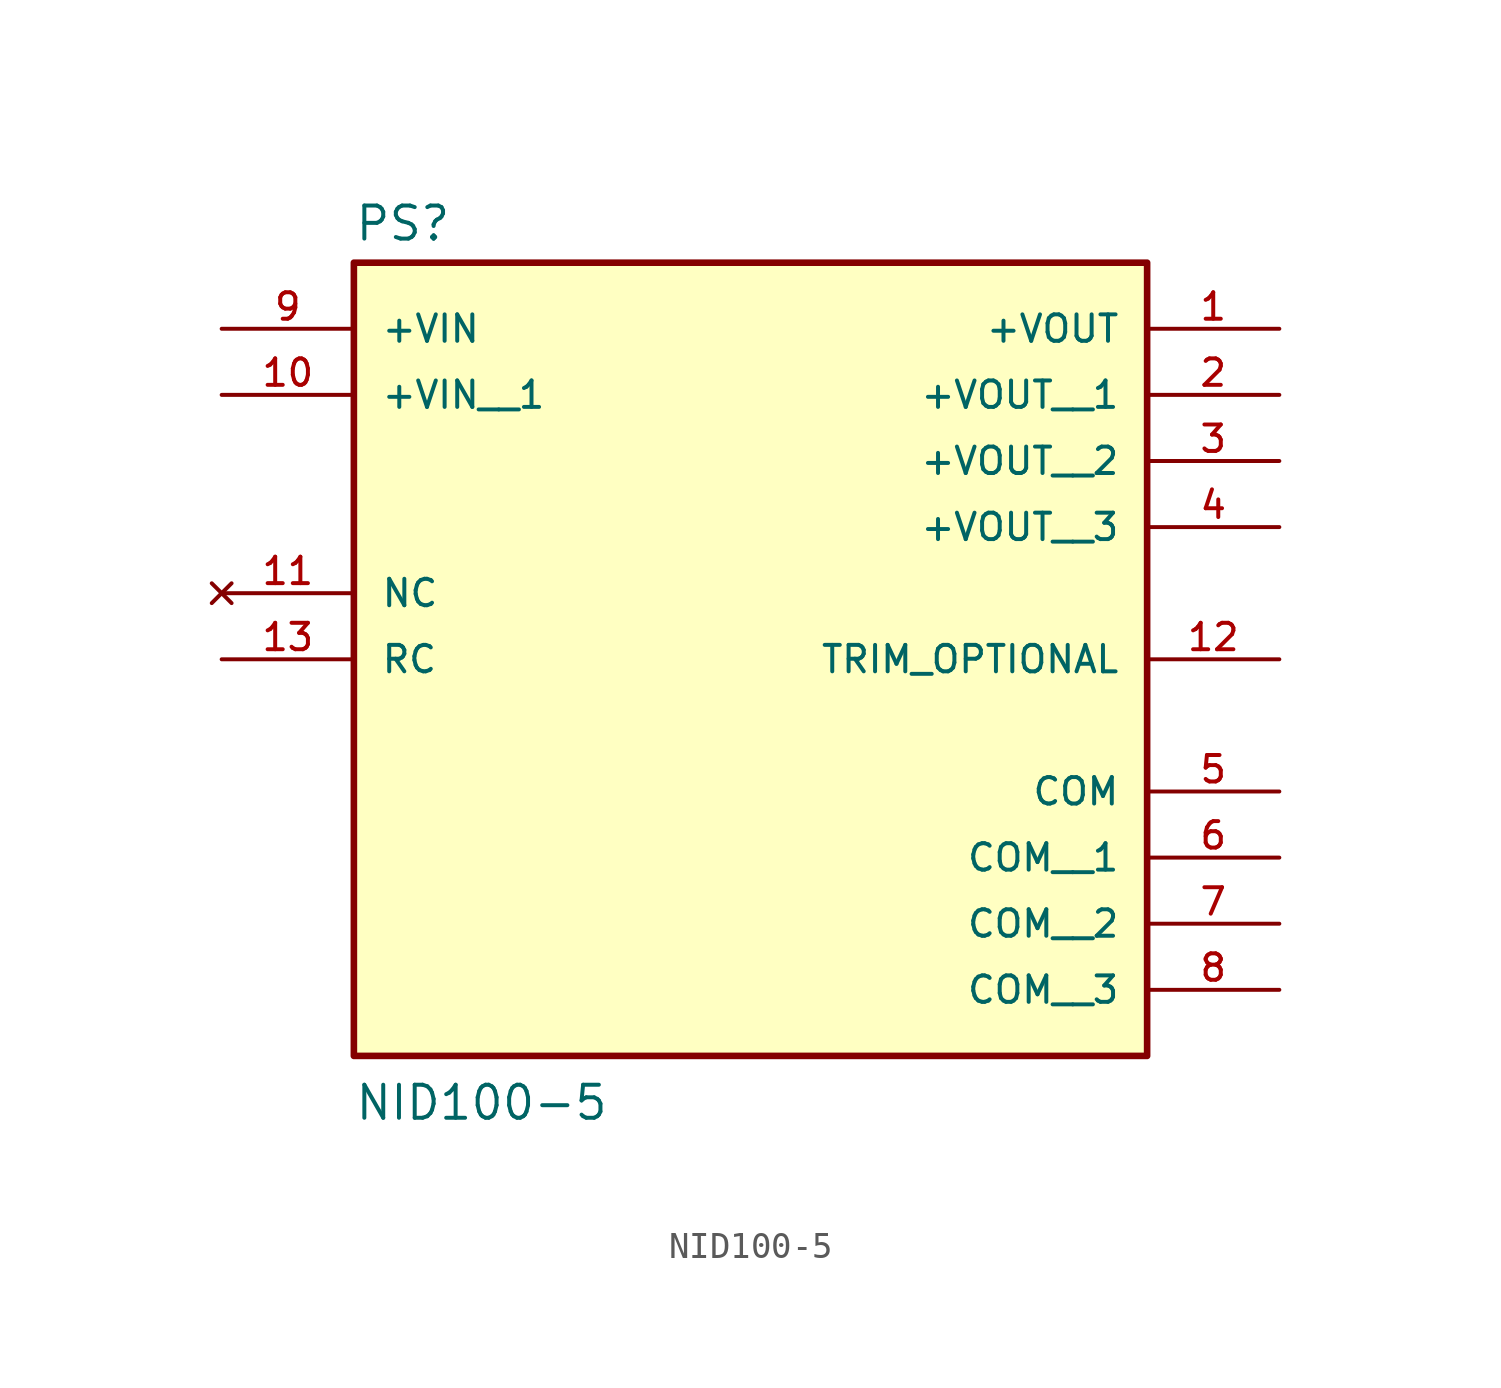
<source format=kicad_sym>
(kicad_symbol_lib
  (version 20211014)
  (generator kicad_symbol_editor)
  (symbol "NID100-5"
    (pin_names
      (offset 1.016))
    (property "Reference" "PS"
      (at -15.24 8.382 0)
      (effects (font (size 1.27 1.27)) (justify bottom left)))
    (property "Value" "NID100-5"
      (at -15.24 -25.4 0)
      (effects (font (size 1.27 1.27)) (justify bottom left)))
    (symbol "NID100-5_0_0"
      (rectangle (start -15.24 -22.86) (end 15.24 7.62) (stroke (width 0.254)) (fill (type background)))
      (pin output line (at 20.32 5.08 180.0) (length 5.08) (name "+VOUT" (effects (font (size 1.016 1.016)))) (number "1" (effects (font (size 1.016 1.016)))))
      (pin passive line (at 20.32 -12.7 180.0) (length 5.08) (name "COM" (effects (font (size 1.016 1.016)))) (number "5" (effects (font (size 1.016 1.016)))))
      (pin input line (at -20.32 5.08 0) (length 5.08) (name "+VIN" (effects (font (size 1.016 1.016)))) (number "9" (effects (font (size 1.016 1.016)))))
      (pin passive line (at 20.32 -7.62 180.0) (length 5.08) (name "TRIM_OPTIONAL" (effects (font (size 1.016 1.016)))) (number "12" (effects (font (size 1.016 1.016)))))
      (pin no_connect line (at -20.32 -5.08 0) (length 5.08) (name "NC" (effects (font (size 1.016 1.016)))) (number "11" (effects (font (size 1.016 1.016)))))
      (pin passive line (at -20.32 -7.62 0) (length 5.08) (name "RC" (effects (font (size 1.016 1.016)))) (number "13" (effects (font (size 1.016 1.016)))))
      (pin input line (at -20.32 2.54 0) (length 5.08) (name "+VIN__1" (effects (font (size 1.016 1.016)))) (number "10" (effects (font (size 1.016 1.016)))))
      (pin output line (at 20.32 2.54 180.0) (length 5.08) (name "+VOUT__1" (effects (font (size 1.016 1.016)))) (number "2" (effects (font (size 1.016 1.016)))))
      (pin output line (at 20.32 0.0 180.0) (length 5.08) (name "+VOUT__2" (effects (font (size 1.016 1.016)))) (number "3" (effects (font (size 1.016 1.016)))))
      (pin output line (at 20.32 -2.54 180.0) (length 5.08) (name "+VOUT__3" (effects (font (size 1.016 1.016)))) (number "4" (effects (font (size 1.016 1.016)))))
      (pin passive line (at 20.32 -15.24 180.0) (length 5.08) (name "COM__1" (effects (font (size 1.016 1.016)))) (number "6" (effects (font (size 1.016 1.016)))))
      (pin passive line (at 20.32 -17.78 180.0) (length 5.08) (name "COM__2" (effects (font (size 1.016 1.016)))) (number "7" (effects (font (size 1.016 1.016)))))
      (pin passive line (at 20.32 -20.32 180.0) (length 5.08) (name "COM__3" (effects (font (size 1.016 1.016)))) (number "8" (effects (font (size 1.016 1.016))))))))
</source>
